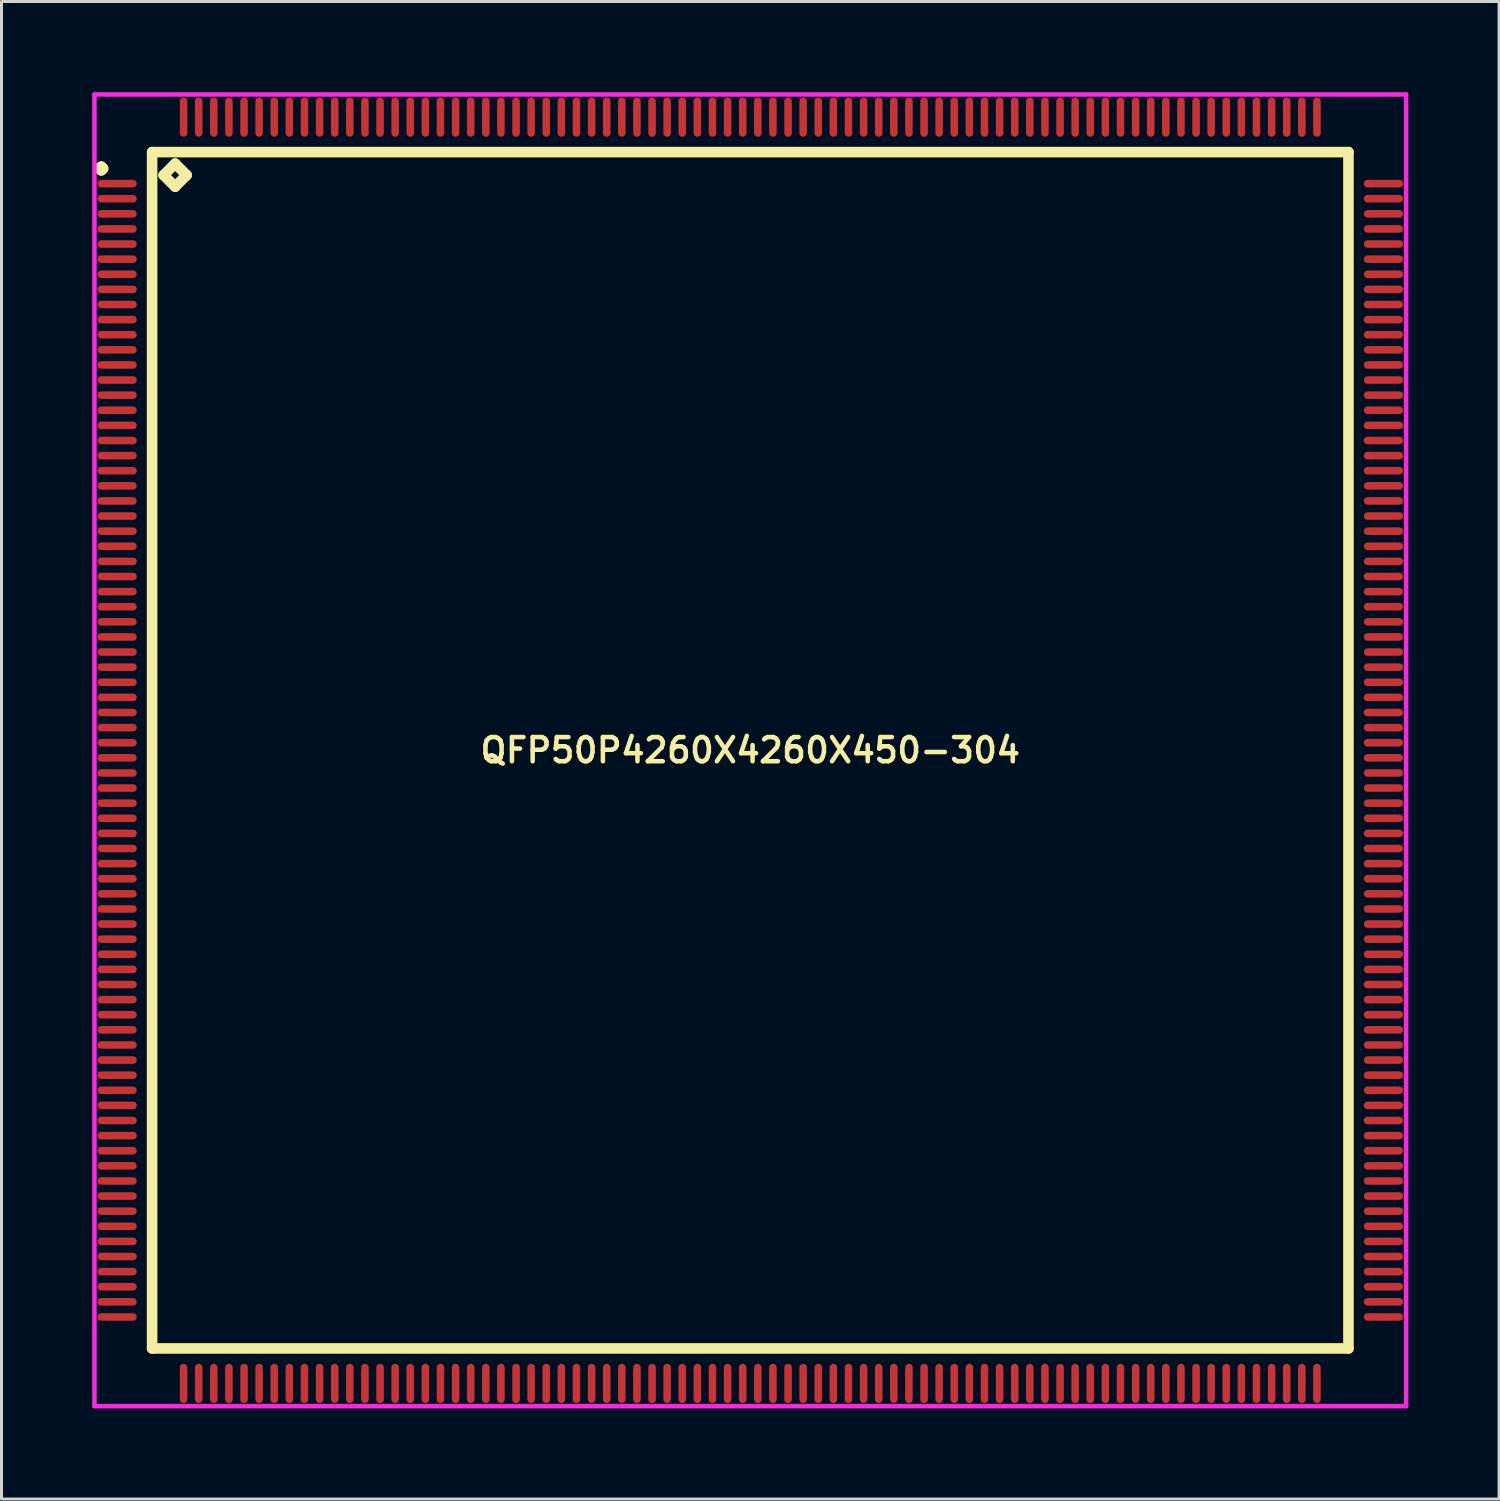
<source format=kicad_pcb>
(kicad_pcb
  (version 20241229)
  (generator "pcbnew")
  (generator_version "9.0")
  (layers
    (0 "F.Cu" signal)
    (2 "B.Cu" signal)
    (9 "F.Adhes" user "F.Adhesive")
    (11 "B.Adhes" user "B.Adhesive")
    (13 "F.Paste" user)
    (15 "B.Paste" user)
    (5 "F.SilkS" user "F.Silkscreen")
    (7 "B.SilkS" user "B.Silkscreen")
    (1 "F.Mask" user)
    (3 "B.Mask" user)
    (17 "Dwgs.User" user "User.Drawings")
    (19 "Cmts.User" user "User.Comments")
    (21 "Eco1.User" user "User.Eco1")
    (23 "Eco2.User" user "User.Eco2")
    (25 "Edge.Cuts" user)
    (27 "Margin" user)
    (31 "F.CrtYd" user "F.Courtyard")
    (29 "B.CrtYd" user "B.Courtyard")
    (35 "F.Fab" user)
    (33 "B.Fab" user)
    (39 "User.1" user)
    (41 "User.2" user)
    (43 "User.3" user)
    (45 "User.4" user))
  (footprint "QFP50P4260X4260X450-304"
    (layer "F.Cu")
    (at 21.775 21.775)
    (property "Reference" "QFP50P4260X4260X450-304" (at 0 0 0) (layer "F.SilkS") (effects (font (size 0.8 0.8) (thickness 0.15))))
    (attr through_hole)
    (fp_line (start -21.538 -19.25) (end -21.475 -19.312) (stroke (width 0.35) (type solid)) (layer "F.SilkS"))
    (fp_line (start -21.475 -19.312) (end -21.413 -19.25) (stroke (width 0.35) (type solid)) (layer "F.SilkS"))
    (fp_line (start -21.475 -19.188) (end -21.538 -19.25) (stroke (width 0.35) (type solid)) (layer "F.SilkS"))
    (fp_line (start -21.413 -19.25) (end -21.475 -19.188) (stroke (width 0.35) (type solid)) (layer "F.SilkS"))
    (fp_line (start -19.792 -19.792) (end -19.792 19.792) (stroke (width 0.35) (type solid)) (layer "F.SilkS"))
    (fp_line (start -19.792 19.792) (end 19.792 19.792) (stroke (width 0.35) (type solid)) (layer "F.SilkS"))
    (fp_line (start -19.411 -19.03) (end -19.03 -19.411) (stroke (width 0.35) (type solid)) (layer "F.SilkS"))
    (fp_line (start -19.03 -19.411) (end -18.649 -19.03) (stroke (width 0.35) (type solid)) (layer "F.SilkS"))
    (fp_line (start -19.03 -18.649) (end -19.411 -19.03) (stroke (width 0.35) (type solid)) (layer "F.SilkS"))
    (fp_line (start -18.649 -19.03) (end -19.03 -18.649) (stroke (width 0.35) (type solid)) (layer "F.SilkS"))
    (fp_line (start 19.792 -19.792) (end -19.792 -19.792) (stroke (width 0.35) (type solid)) (layer "F.SilkS"))
    (fp_line (start 19.792 19.792) (end 19.792 -19.792) (stroke (width 0.35) (type solid)) (layer "F.SilkS"))
    (fp_line (start -21.7 -21.7) (end 21.7 -21.7) (stroke (width 0.15) (type solid)) (layer "F.CrtYd"))
    (fp_line (start -21.7 21.7) (end -21.7 -21.7) (stroke (width 0.15) (type solid)) (layer "F.CrtYd"))
    (fp_line (start 21.7 -21.7) (end 21.7 21.7) (stroke (width 0.15) (type solid)) (layer "F.CrtYd"))
    (fp_line (start 21.7 21.7) (end -21.7 21.7) (stroke (width 0.15) (type solid)) (layer "F.CrtYd"))
    (pad "1" smd oval (at -20.95 -18.75) (size 1.3 0.25) (layers "F.Cu" "F.Mask" "F.Paste"))
    (pad "2" smd oval (at -20.95 -18.25) (size 1.3 0.25) (layers "F.Cu" "F.Mask" "F.Paste"))
    (pad "3" smd oval (at -20.95 -17.75) (size 1.3 0.25) (layers "F.Cu" "F.Mask" "F.Paste"))
    (pad "4" smd oval (at -20.95 -17.25) (size 1.3 0.25) (layers "F.Cu" "F.Mask" "F.Paste"))
    (pad "5" smd oval (at -20.95 -16.75) (size 1.3 0.25) (layers "F.Cu" "F.Mask" "F.Paste"))
    (pad "6" smd oval (at -20.95 -16.25) (size 1.3 0.25) (layers "F.Cu" "F.Mask" "F.Paste"))
    (pad "7" smd oval (at -20.95 -15.75) (size 1.3 0.25) (layers "F.Cu" "F.Mask" "F.Paste"))
    (pad "8" smd oval (at -20.95 -15.25) (size 1.3 0.25) (layers "F.Cu" "F.Mask" "F.Paste"))
    (pad "9" smd oval (at -20.95 -14.75) (size 1.3 0.25) (layers "F.Cu" "F.Mask" "F.Paste"))
    (pad "10" smd oval (at -20.95 -14.25) (size 1.3 0.25) (layers "F.Cu" "F.Mask" "F.Paste"))
    (pad "11" smd oval (at -20.95 -13.75) (size 1.3 0.25) (layers "F.Cu" "F.Mask" "F.Paste"))
    (pad "12" smd oval (at -20.95 -13.25) (size 1.3 0.25) (layers "F.Cu" "F.Mask" "F.Paste"))
    (pad "13" smd oval (at -20.95 -12.75) (size 1.3 0.25) (layers "F.Cu" "F.Mask" "F.Paste"))
    (pad "14" smd oval (at -20.95 -12.25) (size 1.3 0.25) (layers "F.Cu" "F.Mask" "F.Paste"))
    (pad "15" smd oval (at -20.95 -11.75) (size 1.3 0.25) (layers "F.Cu" "F.Mask" "F.Paste"))
    (pad "16" smd oval (at -20.95 -11.25) (size 1.3 0.25) (layers "F.Cu" "F.Mask" "F.Paste"))
    (pad "17" smd oval (at -20.95 -10.75) (size 1.3 0.25) (layers "F.Cu" "F.Mask" "F.Paste"))
    (pad "18" smd oval (at -20.95 -10.25) (size 1.3 0.25) (layers "F.Cu" "F.Mask" "F.Paste"))
    (pad "19" smd oval (at -20.95 -9.75) (size 1.3 0.25) (layers "F.Cu" "F.Mask" "F.Paste"))
    (pad "20" smd oval (at -20.95 -9.25) (size 1.3 0.25) (layers "F.Cu" "F.Mask" "F.Paste"))
    (pad "21" smd oval (at -20.95 -8.75) (size 1.3 0.25) (layers "F.Cu" "F.Mask" "F.Paste"))
    (pad "22" smd oval (at -20.95 -8.25) (size 1.3 0.25) (layers "F.Cu" "F.Mask" "F.Paste"))
    (pad "23" smd oval (at -20.95 -7.75) (size 1.3 0.25) (layers "F.Cu" "F.Mask" "F.Paste"))
    (pad "24" smd oval (at -20.95 -7.25) (size 1.3 0.25) (layers "F.Cu" "F.Mask" "F.Paste"))
    (pad "25" smd oval (at -20.95 -6.75) (size 1.3 0.25) (layers "F.Cu" "F.Mask" "F.Paste"))
    (pad "26" smd oval (at -20.95 -6.25) (size 1.3 0.25) (layers "F.Cu" "F.Mask" "F.Paste"))
    (pad "27" smd oval (at -20.95 -5.75) (size 1.3 0.25) (layers "F.Cu" "F.Mask" "F.Paste"))
    (pad "28" smd oval (at -20.95 -5.25) (size 1.3 0.25) (layers "F.Cu" "F.Mask" "F.Paste"))
    (pad "29" smd oval (at -20.95 -4.75) (size 1.3 0.25) (layers "F.Cu" "F.Mask" "F.Paste"))
    (pad "30" smd oval (at -20.95 -4.25) (size 1.3 0.25) (layers "F.Cu" "F.Mask" "F.Paste"))
    (pad "31" smd oval (at -20.95 -3.75) (size 1.3 0.25) (layers "F.Cu" "F.Mask" "F.Paste"))
    (pad "32" smd oval (at -20.95 -3.25) (size 1.3 0.25) (layers "F.Cu" "F.Mask" "F.Paste"))
    (pad "33" smd oval (at -20.95 -2.75) (size 1.3 0.25) (layers "F.Cu" "F.Mask" "F.Paste"))
    (pad "34" smd oval (at -20.95 -2.25) (size 1.3 0.25) (layers "F.Cu" "F.Mask" "F.Paste"))
    (pad "35" smd oval (at -20.95 -1.75) (size 1.3 0.25) (layers "F.Cu" "F.Mask" "F.Paste"))
    (pad "36" smd oval (at -20.95 -1.25) (size 1.3 0.25) (layers "F.Cu" "F.Mask" "F.Paste"))
    (pad "37" smd oval (at -20.95 -0.75) (size 1.3 0.25) (layers "F.Cu" "F.Mask" "F.Paste"))
    (pad "38" smd oval (at -20.95 -0.25) (size 1.3 0.25) (layers "F.Cu" "F.Mask" "F.Paste"))
    (pad "39" smd oval (at -20.95 0.25) (size 1.3 0.25) (layers "F.Cu" "F.Mask" "F.Paste"))
    (pad "40" smd oval (at -20.95 0.75) (size 1.3 0.25) (layers "F.Cu" "F.Mask" "F.Paste"))
    (pad "41" smd oval (at -20.95 1.25) (size 1.3 0.25) (layers "F.Cu" "F.Mask" "F.Paste"))
    (pad "42" smd oval (at -20.95 1.75) (size 1.3 0.25) (layers "F.Cu" "F.Mask" "F.Paste"))
    (pad "43" smd oval (at -20.95 2.25) (size 1.3 0.25) (layers "F.Cu" "F.Mask" "F.Paste"))
    (pad "44" smd oval (at -20.95 2.75) (size 1.3 0.25) (layers "F.Cu" "F.Mask" "F.Paste"))
    (pad "45" smd oval (at -20.95 3.25) (size 1.3 0.25) (layers "F.Cu" "F.Mask" "F.Paste"))
    (pad "46" smd oval (at -20.95 3.75) (size 1.3 0.25) (layers "F.Cu" "F.Mask" "F.Paste"))
    (pad "47" smd oval (at -20.95 4.25) (size 1.3 0.25) (layers "F.Cu" "F.Mask" "F.Paste"))
    (pad "48" smd oval (at -20.95 4.75) (size 1.3 0.25) (layers "F.Cu" "F.Mask" "F.Paste"))
    (pad "49" smd oval (at -20.95 5.25) (size 1.3 0.25) (layers "F.Cu" "F.Mask" "F.Paste"))
    (pad "50" smd oval (at -20.95 5.75) (size 1.3 0.25) (layers "F.Cu" "F.Mask" "F.Paste"))
    (pad "51" smd oval (at -20.95 6.25) (size 1.3 0.25) (layers "F.Cu" "F.Mask" "F.Paste"))
    (pad "52" smd oval (at -20.95 6.75) (size 1.3 0.25) (layers "F.Cu" "F.Mask" "F.Paste"))
    (pad "53" smd oval (at -20.95 7.25) (size 1.3 0.25) (layers "F.Cu" "F.Mask" "F.Paste"))
    (pad "54" smd oval (at -20.95 7.75) (size 1.3 0.25) (layers "F.Cu" "F.Mask" "F.Paste"))
    (pad "55" smd oval (at -20.95 8.25) (size 1.3 0.25) (layers "F.Cu" "F.Mask" "F.Paste"))
    (pad "56" smd oval (at -20.95 8.75) (size 1.3 0.25) (layers "F.Cu" "F.Mask" "F.Paste"))
    (pad "57" smd oval (at -20.95 9.25) (size 1.3 0.25) (layers "F.Cu" "F.Mask" "F.Paste"))
    (pad "58" smd oval (at -20.95 9.75) (size 1.3 0.25) (layers "F.Cu" "F.Mask" "F.Paste"))
    (pad "59" smd oval (at -20.95 10.25) (size 1.3 0.25) (layers "F.Cu" "F.Mask" "F.Paste"))
    (pad "60" smd oval (at -20.95 10.75) (size 1.3 0.25) (layers "F.Cu" "F.Mask" "F.Paste"))
    (pad "61" smd oval (at -20.95 11.25) (size 1.3 0.25) (layers "F.Cu" "F.Mask" "F.Paste"))
    (pad "62" smd oval (at -20.95 11.75) (size 1.3 0.25) (layers "F.Cu" "F.Mask" "F.Paste"))
    (pad "63" smd oval (at -20.95 12.25) (size 1.3 0.25) (layers "F.Cu" "F.Mask" "F.Paste"))
    (pad "64" smd oval (at -20.95 12.75) (size 1.3 0.25) (layers "F.Cu" "F.Mask" "F.Paste"))
    (pad "65" smd oval (at -20.95 13.25) (size 1.3 0.25) (layers "F.Cu" "F.Mask" "F.Paste"))
    (pad "66" smd oval (at -20.95 13.75) (size 1.3 0.25) (layers "F.Cu" "F.Mask" "F.Paste"))
    (pad "67" smd oval (at -20.95 14.25) (size 1.3 0.25) (layers "F.Cu" "F.Mask" "F.Paste"))
    (pad "68" smd oval (at -20.95 14.75) (size 1.3 0.25) (layers "F.Cu" "F.Mask" "F.Paste"))
    (pad "69" smd oval (at -20.95 15.25) (size 1.3 0.25) (layers "F.Cu" "F.Mask" "F.Paste"))
    (pad "70" smd oval (at -20.95 15.75) (size 1.3 0.25) (layers "F.Cu" "F.Mask" "F.Paste"))
    (pad "71" smd oval (at -20.95 16.25) (size 1.3 0.25) (layers "F.Cu" "F.Mask" "F.Paste"))
    (pad "72" smd oval (at -20.95 16.75) (size 1.3 0.25) (layers "F.Cu" "F.Mask" "F.Paste"))
    (pad "73" smd oval (at -20.95 17.25) (size 1.3 0.25) (layers "F.Cu" "F.Mask" "F.Paste"))
    (pad "74" smd oval (at -20.95 17.75) (size 1.3 0.25) (layers "F.Cu" "F.Mask" "F.Paste"))
    (pad "75" smd oval (at -20.95 18.25) (size 1.3 0.25) (layers "F.Cu" "F.Mask" "F.Paste"))
    (pad "76" smd oval (at -20.95 18.75) (size 1.3 0.25) (layers "F.Cu" "F.Mask" "F.Paste"))
    (pad "77" smd oval (at -18.75 20.95) (size 0.25 1.3) (layers "F.Cu" "F.Mask" "F.Paste"))
    (pad "78" smd oval (at -18.25 20.95) (size 0.25 1.3) (layers "F.Cu" "F.Mask" "F.Paste"))
    (pad "79" smd oval (at -17.75 20.95) (size 0.25 1.3) (layers "F.Cu" "F.Mask" "F.Paste"))
    (pad "80" smd oval (at -17.25 20.95) (size 0.25 1.3) (layers "F.Cu" "F.Mask" "F.Paste"))
    (pad "81" smd oval (at -16.75 20.95) (size 0.25 1.3) (layers "F.Cu" "F.Mask" "F.Paste"))
    (pad "82" smd oval (at -16.25 20.95) (size 0.25 1.3) (layers "F.Cu" "F.Mask" "F.Paste"))
    (pad "83" smd oval (at -15.75 20.95) (size 0.25 1.3) (layers "F.Cu" "F.Mask" "F.Paste"))
    (pad "84" smd oval (at -15.25 20.95) (size 0.25 1.3) (layers "F.Cu" "F.Mask" "F.Paste"))
    (pad "85" smd oval (at -14.75 20.95) (size 0.25 1.3) (layers "F.Cu" "F.Mask" "F.Paste"))
    (pad "86" smd oval (at -14.25 20.95) (size 0.25 1.3) (layers "F.Cu" "F.Mask" "F.Paste"))
    (pad "87" smd oval (at -13.75 20.95) (size 0.25 1.3) (layers "F.Cu" "F.Mask" "F.Paste"))
    (pad "88" smd oval (at -13.25 20.95) (size 0.25 1.3) (layers "F.Cu" "F.Mask" "F.Paste"))
    (pad "89" smd oval (at -12.75 20.95) (size 0.25 1.3) (layers "F.Cu" "F.Mask" "F.Paste"))
    (pad "90" smd oval (at -12.25 20.95) (size 0.25 1.3) (layers "F.Cu" "F.Mask" "F.Paste"))
    (pad "91" smd oval (at -11.75 20.95) (size 0.25 1.3) (layers "F.Cu" "F.Mask" "F.Paste"))
    (pad "92" smd oval (at -11.25 20.95) (size 0.25 1.3) (layers "F.Cu" "F.Mask" "F.Paste"))
    (pad "93" smd oval (at -10.75 20.95) (size 0.25 1.3) (layers "F.Cu" "F.Mask" "F.Paste"))
    (pad "94" smd oval (at -10.25 20.95) (size 0.25 1.3) (layers "F.Cu" "F.Mask" "F.Paste"))
    (pad "95" smd oval (at -9.75 20.95) (size 0.25 1.3) (layers "F.Cu" "F.Mask" "F.Paste"))
    (pad "96" smd oval (at -9.25 20.95) (size 0.25 1.3) (layers "F.Cu" "F.Mask" "F.Paste"))
    (pad "97" smd oval (at -8.75 20.95) (size 0.25 1.3) (layers "F.Cu" "F.Mask" "F.Paste"))
    (pad "98" smd oval (at -8.25 20.95) (size 0.25 1.3) (layers "F.Cu" "F.Mask" "F.Paste"))
    (pad "99" smd oval (at -7.75 20.95) (size 0.25 1.3) (layers "F.Cu" "F.Mask" "F.Paste"))
    (pad "100" smd oval (at -7.25 20.95) (size 0.25 1.3) (layers "F.Cu" "F.Mask" "F.Paste"))
    (pad "101" smd oval (at -6.75 20.95) (size 0.25 1.3) (layers "F.Cu" "F.Mask" "F.Paste"))
    (pad "102" smd oval (at -6.25 20.95) (size 0.25 1.3) (layers "F.Cu" "F.Mask" "F.Paste"))
    (pad "103" smd oval (at -5.75 20.95) (size 0.25 1.3) (layers "F.Cu" "F.Mask" "F.Paste"))
    (pad "104" smd oval (at -5.25 20.95) (size 0.25 1.3) (layers "F.Cu" "F.Mask" "F.Paste"))
    (pad "105" smd oval (at -4.75 20.95) (size 0.25 1.3) (layers "F.Cu" "F.Mask" "F.Paste"))
    (pad "106" smd oval (at -4.25 20.95) (size 0.25 1.3) (layers "F.Cu" "F.Mask" "F.Paste"))
    (pad "107" smd oval (at -3.75 20.95) (size 0.25 1.3) (layers "F.Cu" "F.Mask" "F.Paste"))
    (pad "108" smd oval (at -3.25 20.95) (size 0.25 1.3) (layers "F.Cu" "F.Mask" "F.Paste"))
    (pad "109" smd oval (at -2.75 20.95) (size 0.25 1.3) (layers "F.Cu" "F.Mask" "F.Paste"))
    (pad "110" smd oval (at -2.25 20.95) (size 0.25 1.3) (layers "F.Cu" "F.Mask" "F.Paste"))
    (pad "111" smd oval (at -1.75 20.95) (size 0.25 1.3) (layers "F.Cu" "F.Mask" "F.Paste"))
    (pad "112" smd oval (at -1.25 20.95) (size 0.25 1.3) (layers "F.Cu" "F.Mask" "F.Paste"))
    (pad "113" smd oval (at -0.75 20.95) (size 0.25 1.3) (layers "F.Cu" "F.Mask" "F.Paste"))
    (pad "114" smd oval (at -0.25 20.95) (size 0.25 1.3) (layers "F.Cu" "F.Mask" "F.Paste"))
    (pad "115" smd oval (at 0.25 20.95) (size 0.25 1.3) (layers "F.Cu" "F.Mask" "F.Paste"))
    (pad "116" smd oval (at 0.75 20.95) (size 0.25 1.3) (layers "F.Cu" "F.Mask" "F.Paste"))
    (pad "117" smd oval (at 1.25 20.95) (size 0.25 1.3) (layers "F.Cu" "F.Mask" "F.Paste"))
    (pad "118" smd oval (at 1.75 20.95) (size 0.25 1.3) (layers "F.Cu" "F.Mask" "F.Paste"))
    (pad "119" smd oval (at 2.25 20.95) (size 0.25 1.3) (layers "F.Cu" "F.Mask" "F.Paste"))
    (pad "120" smd oval (at 2.75 20.95) (size 0.25 1.3) (layers "F.Cu" "F.Mask" "F.Paste"))
    (pad "121" smd oval (at 3.25 20.95) (size 0.25 1.3) (layers "F.Cu" "F.Mask" "F.Paste"))
    (pad "122" smd oval (at 3.75 20.95) (size 0.25 1.3) (layers "F.Cu" "F.Mask" "F.Paste"))
    (pad "123" smd oval (at 4.25 20.95) (size 0.25 1.3) (layers "F.Cu" "F.Mask" "F.Paste"))
    (pad "124" smd oval (at 4.75 20.95) (size 0.25 1.3) (layers "F.Cu" "F.Mask" "F.Paste"))
    (pad "125" smd oval (at 5.25 20.95) (size 0.25 1.3) (layers "F.Cu" "F.Mask" "F.Paste"))
    (pad "126" smd oval (at 5.75 20.95) (size 0.25 1.3) (layers "F.Cu" "F.Mask" "F.Paste"))
    (pad "127" smd oval (at 6.25 20.95) (size 0.25 1.3) (layers "F.Cu" "F.Mask" "F.Paste"))
    (pad "128" smd oval (at 6.75 20.95) (size 0.25 1.3) (layers "F.Cu" "F.Mask" "F.Paste"))
    (pad "129" smd oval (at 7.25 20.95) (size 0.25 1.3) (layers "F.Cu" "F.Mask" "F.Paste"))
    (pad "130" smd oval (at 7.75 20.95) (size 0.25 1.3) (layers "F.Cu" "F.Mask" "F.Paste"))
    (pad "131" smd oval (at 8.25 20.95) (size 0.25 1.3) (layers "F.Cu" "F.Mask" "F.Paste"))
    (pad "132" smd oval (at 8.75 20.95) (size 0.25 1.3) (layers "F.Cu" "F.Mask" "F.Paste"))
    (pad "133" smd oval (at 9.25 20.95) (size 0.25 1.3) (layers "F.Cu" "F.Mask" "F.Paste"))
    (pad "134" smd oval (at 9.75 20.95) (size 0.25 1.3) (layers "F.Cu" "F.Mask" "F.Paste"))
    (pad "135" smd oval (at 10.25 20.95) (size 0.25 1.3) (layers "F.Cu" "F.Mask" "F.Paste"))
    (pad "136" smd oval (at 10.75 20.95) (size 0.25 1.3) (layers "F.Cu" "F.Mask" "F.Paste"))
    (pad "137" smd oval (at 11.25 20.95) (size 0.25 1.3) (layers "F.Cu" "F.Mask" "F.Paste"))
    (pad "138" smd oval (at 11.75 20.95) (size 0.25 1.3) (layers "F.Cu" "F.Mask" "F.Paste"))
    (pad "139" smd oval (at 12.25 20.95) (size 0.25 1.3) (layers "F.Cu" "F.Mask" "F.Paste"))
    (pad "140" smd oval (at 12.75 20.95) (size 0.25 1.3) (layers "F.Cu" "F.Mask" "F.Paste"))
    (pad "141" smd oval (at 13.25 20.95) (size 0.25 1.3) (layers "F.Cu" "F.Mask" "F.Paste"))
    (pad "142" smd oval (at 13.75 20.95) (size 0.25 1.3) (layers "F.Cu" "F.Mask" "F.Paste"))
    (pad "143" smd oval (at 14.25 20.95) (size 0.25 1.3) (layers "F.Cu" "F.Mask" "F.Paste"))
    (pad "144" smd oval (at 14.75 20.95) (size 0.25 1.3) (layers "F.Cu" "F.Mask" "F.Paste"))
    (pad "145" smd oval (at 15.25 20.95) (size 0.25 1.3) (layers "F.Cu" "F.Mask" "F.Paste"))
    (pad "146" smd oval (at 15.75 20.95) (size 0.25 1.3) (layers "F.Cu" "F.Mask" "F.Paste"))
    (pad "147" smd oval (at 16.25 20.95) (size 0.25 1.3) (layers "F.Cu" "F.Mask" "F.Paste"))
    (pad "148" smd oval (at 16.75 20.95) (size 0.25 1.3) (layers "F.Cu" "F.Mask" "F.Paste"))
    (pad "149" smd oval (at 17.25 20.95) (size 0.25 1.3) (layers "F.Cu" "F.Mask" "F.Paste"))
    (pad "150" smd oval (at 17.75 20.95) (size 0.25 1.3) (layers "F.Cu" "F.Mask" "F.Paste"))
    (pad "151" smd oval (at 18.25 20.95) (size 0.25 1.3) (layers "F.Cu" "F.Mask" "F.Paste"))
    (pad "152" smd oval (at 18.75 20.95) (size 0.25 1.3) (layers "F.Cu" "F.Mask" "F.Paste"))
    (pad "153" smd oval (at 20.95 18.75) (size 1.3 0.25) (layers "F.Cu" "F.Mask" "F.Paste"))
    (pad "154" smd oval (at 20.95 18.25) (size 1.3 0.25) (layers "F.Cu" "F.Mask" "F.Paste"))
    (pad "155" smd oval (at 20.95 17.75) (size 1.3 0.25) (layers "F.Cu" "F.Mask" "F.Paste"))
    (pad "156" smd oval (at 20.95 17.25) (size 1.3 0.25) (layers "F.Cu" "F.Mask" "F.Paste"))
    (pad "157" smd oval (at 20.95 16.75) (size 1.3 0.25) (layers "F.Cu" "F.Mask" "F.Paste"))
    (pad "158" smd oval (at 20.95 16.25) (size 1.3 0.25) (layers "F.Cu" "F.Mask" "F.Paste"))
    (pad "159" smd oval (at 20.95 15.75) (size 1.3 0.25) (layers "F.Cu" "F.Mask" "F.Paste"))
    (pad "160" smd oval (at 20.95 15.25) (size 1.3 0.25) (layers "F.Cu" "F.Mask" "F.Paste"))
    (pad "161" smd oval (at 20.95 14.75) (size 1.3 0.25) (layers "F.Cu" "F.Mask" "F.Paste"))
    (pad "162" smd oval (at 20.95 14.25) (size 1.3 0.25) (layers "F.Cu" "F.Mask" "F.Paste"))
    (pad "163" smd oval (at 20.95 13.75) (size 1.3 0.25) (layers "F.Cu" "F.Mask" "F.Paste"))
    (pad "164" smd oval (at 20.95 13.25) (size 1.3 0.25) (layers "F.Cu" "F.Mask" "F.Paste"))
    (pad "165" smd oval (at 20.95 12.75) (size 1.3 0.25) (layers "F.Cu" "F.Mask" "F.Paste"))
    (pad "166" smd oval (at 20.95 12.25) (size 1.3 0.25) (layers "F.Cu" "F.Mask" "F.Paste"))
    (pad "167" smd oval (at 20.95 11.75) (size 1.3 0.25) (layers "F.Cu" "F.Mask" "F.Paste"))
    (pad "168" smd oval (at 20.95 11.25) (size 1.3 0.25) (layers "F.Cu" "F.Mask" "F.Paste"))
    (pad "169" smd oval (at 20.95 10.75) (size 1.3 0.25) (layers "F.Cu" "F.Mask" "F.Paste"))
    (pad "170" smd oval (at 20.95 10.25) (size 1.3 0.25) (layers "F.Cu" "F.Mask" "F.Paste"))
    (pad "171" smd oval (at 20.95 9.75) (size 1.3 0.25) (layers "F.Cu" "F.Mask" "F.Paste"))
    (pad "172" smd oval (at 20.95 9.25) (size 1.3 0.25) (layers "F.Cu" "F.Mask" "F.Paste"))
    (pad "173" smd oval (at 20.95 8.75) (size 1.3 0.25) (layers "F.Cu" "F.Mask" "F.Paste"))
    (pad "174" smd oval (at 20.95 8.25) (size 1.3 0.25) (layers "F.Cu" "F.Mask" "F.Paste"))
    (pad "175" smd oval (at 20.95 7.75) (size 1.3 0.25) (layers "F.Cu" "F.Mask" "F.Paste"))
    (pad "176" smd oval (at 20.95 7.25) (size 1.3 0.25) (layers "F.Cu" "F.Mask" "F.Paste"))
    (pad "177" smd oval (at 20.95 6.75) (size 1.3 0.25) (layers "F.Cu" "F.Mask" "F.Paste"))
    (pad "178" smd oval (at 20.95 6.25) (size 1.3 0.25) (layers "F.Cu" "F.Mask" "F.Paste"))
    (pad "179" smd oval (at 20.95 5.75) (size 1.3 0.25) (layers "F.Cu" "F.Mask" "F.Paste"))
    (pad "180" smd oval (at 20.95 5.25) (size 1.3 0.25) (layers "F.Cu" "F.Mask" "F.Paste"))
    (pad "181" smd oval (at 20.95 4.75) (size 1.3 0.25) (layers "F.Cu" "F.Mask" "F.Paste"))
    (pad "182" smd oval (at 20.95 4.25) (size 1.3 0.25) (layers "F.Cu" "F.Mask" "F.Paste"))
    (pad "183" smd oval (at 20.95 3.75) (size 1.3 0.25) (layers "F.Cu" "F.Mask" "F.Paste"))
    (pad "184" smd oval (at 20.95 3.25) (size 1.3 0.25) (layers "F.Cu" "F.Mask" "F.Paste"))
    (pad "185" smd oval (at 20.95 2.75) (size 1.3 0.25) (layers "F.Cu" "F.Mask" "F.Paste"))
    (pad "186" smd oval (at 20.95 2.25) (size 1.3 0.25) (layers "F.Cu" "F.Mask" "F.Paste"))
    (pad "187" smd oval (at 20.95 1.75) (size 1.3 0.25) (layers "F.Cu" "F.Mask" "F.Paste"))
    (pad "188" smd oval (at 20.95 1.25) (size 1.3 0.25) (layers "F.Cu" "F.Mask" "F.Paste"))
    (pad "189" smd oval (at 20.95 0.75) (size 1.3 0.25) (layers "F.Cu" "F.Mask" "F.Paste"))
    (pad "190" smd oval (at 20.95 0.25) (size 1.3 0.25) (layers "F.Cu" "F.Mask" "F.Paste"))
    (pad "191" smd oval (at 20.95 -0.25) (size 1.3 0.25) (layers "F.Cu" "F.Mask" "F.Paste"))
    (pad "192" smd oval (at 20.95 -0.75) (size 1.3 0.25) (layers "F.Cu" "F.Mask" "F.Paste"))
    (pad "193" smd oval (at 20.95 -1.25) (size 1.3 0.25) (layers "F.Cu" "F.Mask" "F.Paste"))
    (pad "194" smd oval (at 20.95 -1.75) (size 1.3 0.25) (layers "F.Cu" "F.Mask" "F.Paste"))
    (pad "195" smd oval (at 20.95 -2.25) (size 1.3 0.25) (layers "F.Cu" "F.Mask" "F.Paste"))
    (pad "196" smd oval (at 20.95 -2.75) (size 1.3 0.25) (layers "F.Cu" "F.Mask" "F.Paste"))
    (pad "197" smd oval (at 20.95 -3.25) (size 1.3 0.25) (layers "F.Cu" "F.Mask" "F.Paste"))
    (pad "198" smd oval (at 20.95 -3.75) (size 1.3 0.25) (layers "F.Cu" "F.Mask" "F.Paste"))
    (pad "199" smd oval (at 20.95 -4.25) (size 1.3 0.25) (layers "F.Cu" "F.Mask" "F.Paste"))
    (pad "200" smd oval (at 20.95 -4.75) (size 1.3 0.25) (layers "F.Cu" "F.Mask" "F.Paste"))
    (pad "201" smd oval (at 20.95 -5.25) (size 1.3 0.25) (layers "F.Cu" "F.Mask" "F.Paste"))
    (pad "202" smd oval (at 20.95 -5.75) (size 1.3 0.25) (layers "F.Cu" "F.Mask" "F.Paste"))
    (pad "203" smd oval (at 20.95 -6.25) (size 1.3 0.25) (layers "F.Cu" "F.Mask" "F.Paste"))
    (pad "204" smd oval (at 20.95 -6.75) (size 1.3 0.25) (layers "F.Cu" "F.Mask" "F.Paste"))
    (pad "205" smd oval (at 20.95 -7.25) (size 1.3 0.25) (layers "F.Cu" "F.Mask" "F.Paste"))
    (pad "206" smd oval (at 20.95 -7.75) (size 1.3 0.25) (layers "F.Cu" "F.Mask" "F.Paste"))
    (pad "207" smd oval (at 20.95 -8.25) (size 1.3 0.25) (layers "F.Cu" "F.Mask" "F.Paste"))
    (pad "208" smd oval (at 20.95 -8.75) (size 1.3 0.25) (layers "F.Cu" "F.Mask" "F.Paste"))
    (pad "209" smd oval (at 20.95 -9.25) (size 1.3 0.25) (layers "F.Cu" "F.Mask" "F.Paste"))
    (pad "210" smd oval (at 20.95 -9.75) (size 1.3 0.25) (layers "F.Cu" "F.Mask" "F.Paste"))
    (pad "211" smd oval (at 20.95 -10.25) (size 1.3 0.25) (layers "F.Cu" "F.Mask" "F.Paste"))
    (pad "212" smd oval (at 20.95 -10.75) (size 1.3 0.25) (layers "F.Cu" "F.Mask" "F.Paste"))
    (pad "213" smd oval (at 20.95 -11.25) (size 1.3 0.25) (layers "F.Cu" "F.Mask" "F.Paste"))
    (pad "214" smd oval (at 20.95 -11.75) (size 1.3 0.25) (layers "F.Cu" "F.Mask" "F.Paste"))
    (pad "215" smd oval (at 20.95 -12.25) (size 1.3 0.25) (layers "F.Cu" "F.Mask" "F.Paste"))
    (pad "216" smd oval (at 20.95 -12.75) (size 1.3 0.25) (layers "F.Cu" "F.Mask" "F.Paste"))
    (pad "217" smd oval (at 20.95 -13.25) (size 1.3 0.25) (layers "F.Cu" "F.Mask" "F.Paste"))
    (pad "218" smd oval (at 20.95 -13.75) (size 1.3 0.25) (layers "F.Cu" "F.Mask" "F.Paste"))
    (pad "219" smd oval (at 20.95 -14.25) (size 1.3 0.25) (layers "F.Cu" "F.Mask" "F.Paste"))
    (pad "220" smd oval (at 20.95 -14.75) (size 1.3 0.25) (layers "F.Cu" "F.Mask" "F.Paste"))
    (pad "221" smd oval (at 20.95 -15.25) (size 1.3 0.25) (layers "F.Cu" "F.Mask" "F.Paste"))
    (pad "222" smd oval (at 20.95 -15.75) (size 1.3 0.25) (layers "F.Cu" "F.Mask" "F.Paste"))
    (pad "223" smd oval (at 20.95 -16.25) (size 1.3 0.25) (layers "F.Cu" "F.Mask" "F.Paste"))
    (pad "224" smd oval (at 20.95 -16.75) (size 1.3 0.25) (layers "F.Cu" "F.Mask" "F.Paste"))
    (pad "225" smd oval (at 20.95 -17.25) (size 1.3 0.25) (layers "F.Cu" "F.Mask" "F.Paste"))
    (pad "226" smd oval (at 20.95 -17.75) (size 1.3 0.25) (layers "F.Cu" "F.Mask" "F.Paste"))
    (pad "227" smd oval (at 20.95 -18.25) (size 1.3 0.25) (layers "F.Cu" "F.Mask" "F.Paste"))
    (pad "228" smd oval (at 20.95 -18.75) (size 1.3 0.25) (layers "F.Cu" "F.Mask" "F.Paste"))
    (pad "229" smd oval (at 18.75 -20.95) (size 0.25 1.3) (layers "F.Cu" "F.Mask" "F.Paste"))
    (pad "230" smd oval (at 18.25 -20.95) (size 0.25 1.3) (layers "F.Cu" "F.Mask" "F.Paste"))
    (pad "231" smd oval (at 17.75 -20.95) (size 0.25 1.3) (layers "F.Cu" "F.Mask" "F.Paste"))
    (pad "232" smd oval (at 17.25 -20.95) (size 0.25 1.3) (layers "F.Cu" "F.Mask" "F.Paste"))
    (pad "233" smd oval (at 16.75 -20.95) (size 0.25 1.3) (layers "F.Cu" "F.Mask" "F.Paste"))
    (pad "234" smd oval (at 16.25 -20.95) (size 0.25 1.3) (layers "F.Cu" "F.Mask" "F.Paste"))
    (pad "235" smd oval (at 15.75 -20.95) (size 0.25 1.3) (layers "F.Cu" "F.Mask" "F.Paste"))
    (pad "236" smd oval (at 15.25 -20.95) (size 0.25 1.3) (layers "F.Cu" "F.Mask" "F.Paste"))
    (pad "237" smd oval (at 14.75 -20.95) (size 0.25 1.3) (layers "F.Cu" "F.Mask" "F.Paste"))
    (pad "238" smd oval (at 14.25 -20.95) (size 0.25 1.3) (layers "F.Cu" "F.Mask" "F.Paste"))
    (pad "239" smd oval (at 13.75 -20.95) (size 0.25 1.3) (layers "F.Cu" "F.Mask" "F.Paste"))
    (pad "240" smd oval (at 13.25 -20.95) (size 0.25 1.3) (layers "F.Cu" "F.Mask" "F.Paste"))
    (pad "241" smd oval (at 12.75 -20.95) (size 0.25 1.3) (layers "F.Cu" "F.Mask" "F.Paste"))
    (pad "242" smd oval (at 12.25 -20.95) (size 0.25 1.3) (layers "F.Cu" "F.Mask" "F.Paste"))
    (pad "243" smd oval (at 11.75 -20.95) (size 0.25 1.3) (layers "F.Cu" "F.Mask" "F.Paste"))
    (pad "244" smd oval (at 11.25 -20.95) (size 0.25 1.3) (layers "F.Cu" "F.Mask" "F.Paste"))
    (pad "245" smd oval (at 10.75 -20.95) (size 0.25 1.3) (layers "F.Cu" "F.Mask" "F.Paste"))
    (pad "246" smd oval (at 10.25 -20.95) (size 0.25 1.3) (layers "F.Cu" "F.Mask" "F.Paste"))
    (pad "247" smd oval (at 9.75 -20.95) (size 0.25 1.3) (layers "F.Cu" "F.Mask" "F.Paste"))
    (pad "248" smd oval (at 9.25 -20.95) (size 0.25 1.3) (layers "F.Cu" "F.Mask" "F.Paste"))
    (pad "249" smd oval (at 8.75 -20.95) (size 0.25 1.3) (layers "F.Cu" "F.Mask" "F.Paste"))
    (pad "250" smd oval (at 8.25 -20.95) (size 0.25 1.3) (layers "F.Cu" "F.Mask" "F.Paste"))
    (pad "251" smd oval (at 7.75 -20.95) (size 0.25 1.3) (layers "F.Cu" "F.Mask" "F.Paste"))
    (pad "252" smd oval (at 7.25 -20.95) (size 0.25 1.3) (layers "F.Cu" "F.Mask" "F.Paste"))
    (pad "253" smd oval (at 6.75 -20.95) (size 0.25 1.3) (layers "F.Cu" "F.Mask" "F.Paste"))
    (pad "254" smd oval (at 6.25 -20.95) (size 0.25 1.3) (layers "F.Cu" "F.Mask" "F.Paste"))
    (pad "255" smd oval (at 5.75 -20.95) (size 0.25 1.3) (layers "F.Cu" "F.Mask" "F.Paste"))
    (pad "256" smd oval (at 5.25 -20.95) (size 0.25 1.3) (layers "F.Cu" "F.Mask" "F.Paste"))
    (pad "257" smd oval (at 4.75 -20.95) (size 0.25 1.3) (layers "F.Cu" "F.Mask" "F.Paste"))
    (pad "258" smd oval (at 4.25 -20.95) (size 0.25 1.3) (layers "F.Cu" "F.Mask" "F.Paste"))
    (pad "259" smd oval (at 3.75 -20.95) (size 0.25 1.3) (layers "F.Cu" "F.Mask" "F.Paste"))
    (pad "260" smd oval (at 3.25 -20.95) (size 0.25 1.3) (layers "F.Cu" "F.Mask" "F.Paste"))
    (pad "261" smd oval (at 2.75 -20.95) (size 0.25 1.3) (layers "F.Cu" "F.Mask" "F.Paste"))
    (pad "262" smd oval (at 2.25 -20.95) (size 0.25 1.3) (layers "F.Cu" "F.Mask" "F.Paste"))
    (pad "263" smd oval (at 1.75 -20.95) (size 0.25 1.3) (layers "F.Cu" "F.Mask" "F.Paste"))
    (pad "264" smd oval (at 1.25 -20.95) (size 0.25 1.3) (layers "F.Cu" "F.Mask" "F.Paste"))
    (pad "265" smd oval (at 0.75 -20.95) (size 0.25 1.3) (layers "F.Cu" "F.Mask" "F.Paste"))
    (pad "266" smd oval (at 0.25 -20.95) (size 0.25 1.3) (layers "F.Cu" "F.Mask" "F.Paste"))
    (pad "267" smd oval (at -0.25 -20.95) (size 0.25 1.3) (layers "F.Cu" "F.Mask" "F.Paste"))
    (pad "268" smd oval (at -0.75 -20.95) (size 0.25 1.3) (layers "F.Cu" "F.Mask" "F.Paste"))
    (pad "269" smd oval (at -1.25 -20.95) (size 0.25 1.3) (layers "F.Cu" "F.Mask" "F.Paste"))
    (pad "270" smd oval (at -1.75 -20.95) (size 0.25 1.3) (layers "F.Cu" "F.Mask" "F.Paste"))
    (pad "271" smd oval (at -2.25 -20.95) (size 0.25 1.3) (layers "F.Cu" "F.Mask" "F.Paste"))
    (pad "272" smd oval (at -2.75 -20.95) (size 0.25 1.3) (layers "F.Cu" "F.Mask" "F.Paste"))
    (pad "273" smd oval (at -3.25 -20.95) (size 0.25 1.3) (layers "F.Cu" "F.Mask" "F.Paste"))
    (pad "274" smd oval (at -3.75 -20.95) (size 0.25 1.3) (layers "F.Cu" "F.Mask" "F.Paste"))
    (pad "275" smd oval (at -4.25 -20.95) (size 0.25 1.3) (layers "F.Cu" "F.Mask" "F.Paste"))
    (pad "276" smd oval (at -4.75 -20.95) (size 0.25 1.3) (layers "F.Cu" "F.Mask" "F.Paste"))
    (pad "277" smd oval (at -5.25 -20.95) (size 0.25 1.3) (layers "F.Cu" "F.Mask" "F.Paste"))
    (pad "278" smd oval (at -5.75 -20.95) (size 0.25 1.3) (layers "F.Cu" "F.Mask" "F.Paste"))
    (pad "279" smd oval (at -6.25 -20.95) (size 0.25 1.3) (layers "F.Cu" "F.Mask" "F.Paste"))
    (pad "280" smd oval (at -6.75 -20.95) (size 0.25 1.3) (layers "F.Cu" "F.Mask" "F.Paste"))
    (pad "281" smd oval (at -7.25 -20.95) (size 0.25 1.3) (layers "F.Cu" "F.Mask" "F.Paste"))
    (pad "282" smd oval (at -7.75 -20.95) (size 0.25 1.3) (layers "F.Cu" "F.Mask" "F.Paste"))
    (pad "283" smd oval (at -8.25 -20.95) (size 0.25 1.3) (layers "F.Cu" "F.Mask" "F.Paste"))
    (pad "284" smd oval (at -8.75 -20.95) (size 0.25 1.3) (layers "F.Cu" "F.Mask" "F.Paste"))
    (pad "285" smd oval (at -9.25 -20.95) (size 0.25 1.3) (layers "F.Cu" "F.Mask" "F.Paste"))
    (pad "286" smd oval (at -9.75 -20.95) (size 0.25 1.3) (layers "F.Cu" "F.Mask" "F.Paste"))
    (pad "287" smd oval (at -10.25 -20.95) (size 0.25 1.3) (layers "F.Cu" "F.Mask" "F.Paste"))
    (pad "288" smd oval (at -10.75 -20.95) (size 0.25 1.3) (layers "F.Cu" "F.Mask" "F.Paste"))
    (pad "289" smd oval (at -11.25 -20.95) (size 0.25 1.3) (layers "F.Cu" "F.Mask" "F.Paste"))
    (pad "290" smd oval (at -11.75 -20.95) (size 0.25 1.3) (layers "F.Cu" "F.Mask" "F.Paste"))
    (pad "291" smd oval (at -12.25 -20.95) (size 0.25 1.3) (layers "F.Cu" "F.Mask" "F.Paste"))
    (pad "292" smd oval (at -12.75 -20.95) (size 0.25 1.3) (layers "F.Cu" "F.Mask" "F.Paste"))
    (pad "293" smd oval (at -13.25 -20.95) (size 0.25 1.3) (layers "F.Cu" "F.Mask" "F.Paste"))
    (pad "294" smd oval (at -13.75 -20.95) (size 0.25 1.3) (layers "F.Cu" "F.Mask" "F.Paste"))
    (pad "295" smd oval (at -14.25 -20.95) (size 0.25 1.3) (layers "F.Cu" "F.Mask" "F.Paste"))
    (pad "296" smd oval (at -14.75 -20.95) (size 0.25 1.3) (layers "F.Cu" "F.Mask" "F.Paste"))
    (pad "297" smd oval (at -15.25 -20.95) (size 0.25 1.3) (layers "F.Cu" "F.Mask" "F.Paste"))
    (pad "298" smd oval (at -15.75 -20.95) (size 0.25 1.3) (layers "F.Cu" "F.Mask" "F.Paste"))
    (pad "299" smd oval (at -16.25 -20.95) (size 0.25 1.3) (layers "F.Cu" "F.Mask" "F.Paste"))
    (pad "300" smd oval (at -16.75 -20.95) (size 0.25 1.3) (layers "F.Cu" "F.Mask" "F.Paste"))
    (pad "301" smd oval (at -17.25 -20.95) (size 0.25 1.3) (layers "F.Cu" "F.Mask" "F.Paste"))
    (pad "302" smd oval (at -17.75 -20.95) (size 0.25 1.3) (layers "F.Cu" "F.Mask" "F.Paste"))
    (pad "303" smd oval (at -18.25 -20.95) (size 0.25 1.3) (layers "F.Cu" "F.Mask" "F.Paste"))
    (pad "304" smd oval (at -18.75 -20.95) (size 0.25 1.3) (layers "F.Cu" "F.Mask" "F.Paste")))
  (gr_rect
    (start -3 -3)
    (end 46.55 46.55)
    (stroke (width 0.1) (type default))
    (fill no)
    (layer "Edge.Cuts")))
</source>
